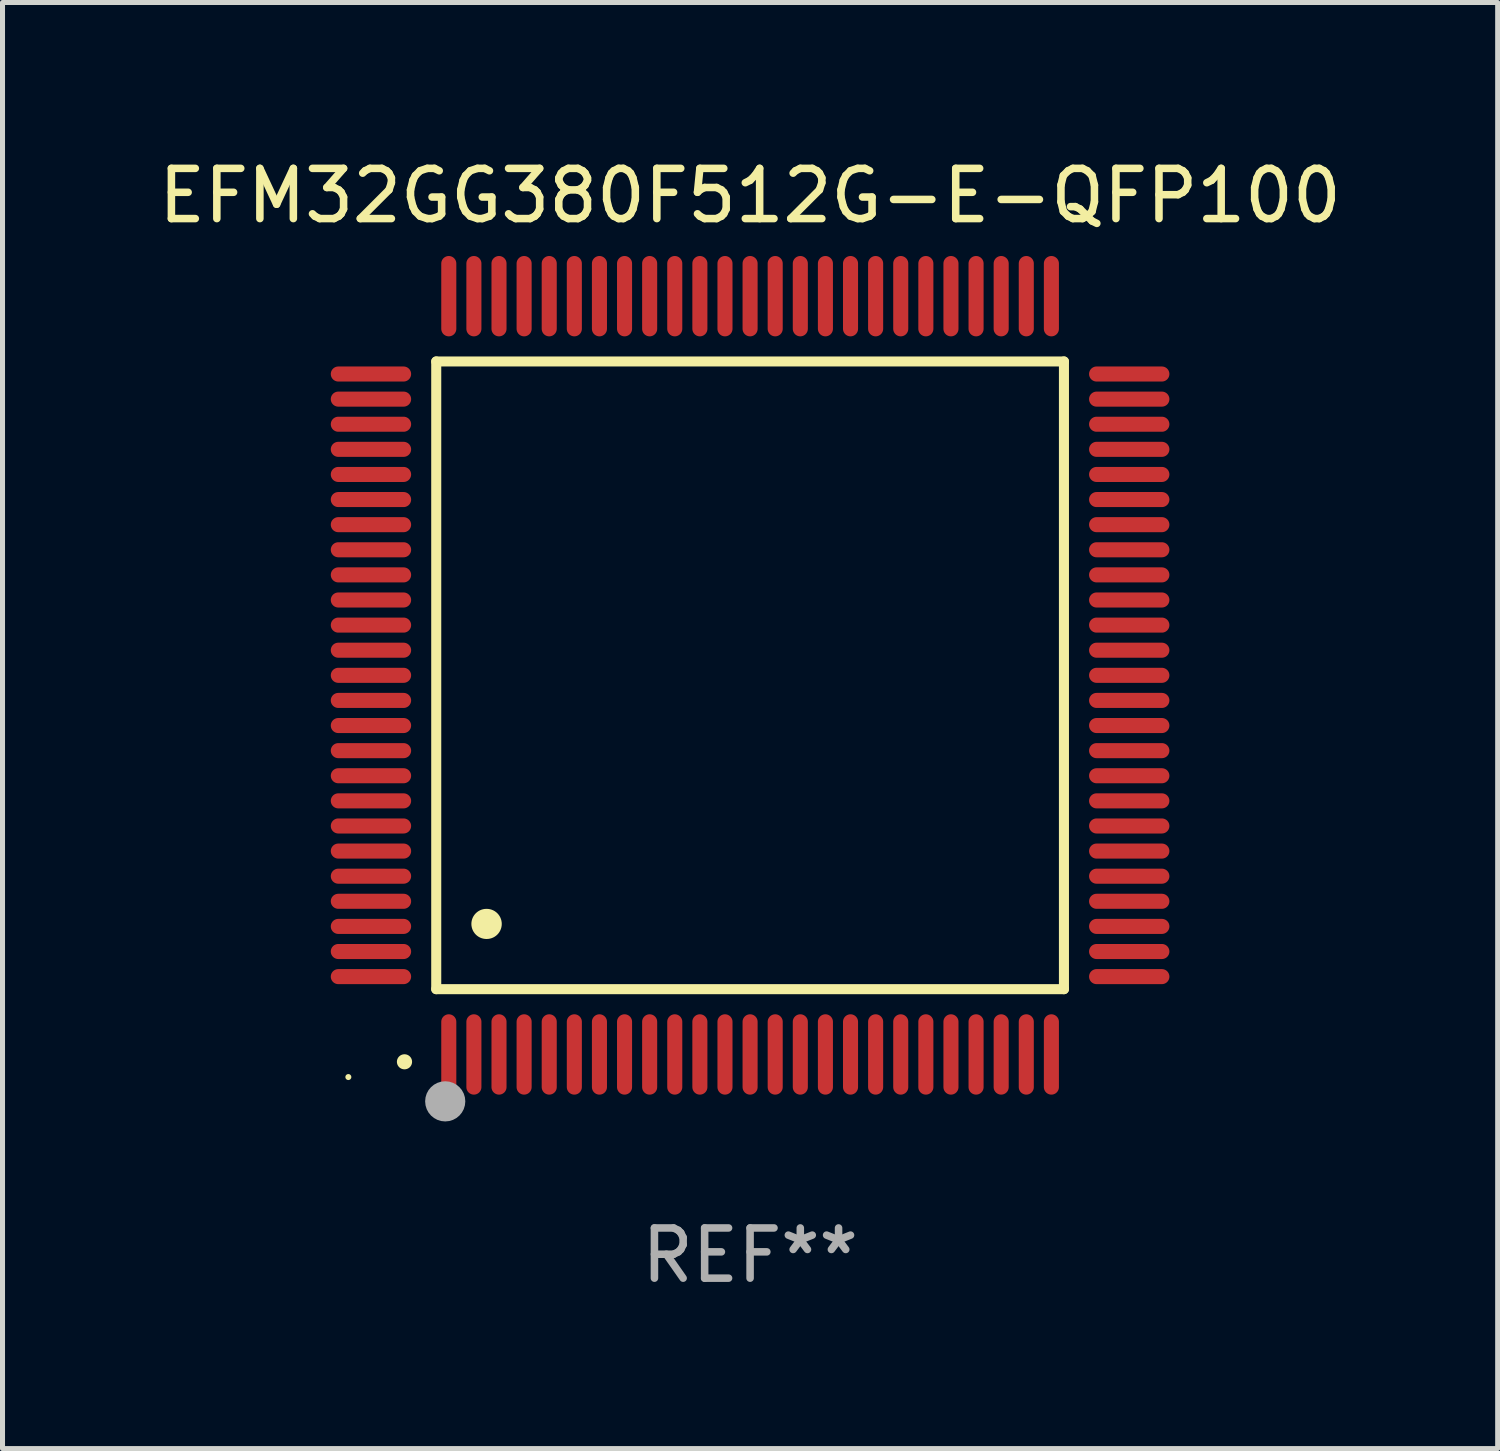
<source format=kicad_pcb>
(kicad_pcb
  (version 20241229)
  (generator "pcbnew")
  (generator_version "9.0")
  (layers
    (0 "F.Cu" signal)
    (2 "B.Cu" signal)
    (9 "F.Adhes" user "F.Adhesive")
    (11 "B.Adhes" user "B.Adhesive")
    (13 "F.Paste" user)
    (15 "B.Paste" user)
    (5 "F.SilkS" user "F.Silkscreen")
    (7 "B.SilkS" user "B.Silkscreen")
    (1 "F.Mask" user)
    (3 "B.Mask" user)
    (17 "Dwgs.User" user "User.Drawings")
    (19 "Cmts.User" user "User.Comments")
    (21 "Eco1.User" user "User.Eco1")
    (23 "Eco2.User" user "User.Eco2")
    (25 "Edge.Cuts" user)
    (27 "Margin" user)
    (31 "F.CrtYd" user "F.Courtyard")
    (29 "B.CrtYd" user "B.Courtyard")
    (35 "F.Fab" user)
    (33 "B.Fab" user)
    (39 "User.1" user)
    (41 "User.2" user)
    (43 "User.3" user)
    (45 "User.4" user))
  (footprint "EFM32GG380F512G-E-QFP100"
    (layer "F.Cu")
    (at 11.887 10.398)
    (property "Reference" "EFM32GG380F512G-E-QFP100" (at 0 -9.55 0) (layer "F.SilkS") (effects (font (size 1 1) (thickness 0.15))))
    (attr through_hole)
    (fp_line (start -6.25 -6.25) (end -6.25 6.25) (stroke (width 0.2) (type solid)) (layer "F.SilkS"))
    (fp_line (start -6.25 6.25) (end 6.25 6.25) (stroke (width 0.2) (type solid)) (layer "F.SilkS"))
    (fp_line (start 6.25 -6.25) (end -6.25 -6.25) (stroke (width 0.2) (type solid)) (layer "F.SilkS"))
    (fp_line (start 6.25 6.25) (end 6.25 -6.25) (stroke (width 0.2) (type solid)) (layer "F.SilkS"))
    (fp_arc (start -6.883414 7.696215) (mid -6.882144 7.69621) (end -6.880874 7.696215) (stroke (width 0.3) (type solid)) (layer "F.SilkS"))
    (fp_arc (start -5.250191 4.95047) (mid -5.247651 4.950459) (end -5.245111 4.95047) (stroke (width 0.6) (type solid)) (layer "F.SilkS"))
    (fp_circle (center -8 8) (end -7.97 8) (stroke (width 0.06) (type solid)) (fill no) (layer "F.SilkS"))
    (fp_circle (center -6.071 8.484) (end -5.871 8.484) (stroke (width 0.4) (type solid)) (fill no) (layer "F.Fab"))
    (fp_text user "REF**" (at 0 11.55 0) (layer "F.Fab") (effects (font (size 1 1) (thickness 0.15))))
    (pad "1" smd oval (at -6 7.55) (size 0.3 1.6) (layers "F.Cu" "F.Mask" "F.Paste"))
    (pad "2" smd oval (at -5.5 7.55) (size 0.3 1.6) (layers "F.Cu" "F.Mask" "F.Paste"))
    (pad "3" smd oval (at -5 7.55) (size 0.3 1.6) (layers "F.Cu" "F.Mask" "F.Paste"))
    (pad "4" smd oval (at -4.5 7.55) (size 0.3 1.6) (layers "F.Cu" "F.Mask" "F.Paste"))
    (pad "5" smd oval (at -4 7.55) (size 0.3 1.6) (layers "F.Cu" "F.Mask" "F.Paste"))
    (pad "6" smd oval (at -3.5 7.55) (size 0.3 1.6) (layers "F.Cu" "F.Mask" "F.Paste"))
    (pad "7" smd oval (at -3 7.55) (size 0.3 1.6) (layers "F.Cu" "F.Mask" "F.Paste"))
    (pad "8" smd oval (at -2.5 7.55) (size 0.3 1.6) (layers "F.Cu" "F.Mask" "F.Paste"))
    (pad "9" smd oval (at -2 7.55) (size 0.3 1.6) (layers "F.Cu" "F.Mask" "F.Paste"))
    (pad "10" smd oval (at -1.5 7.55) (size 0.3 1.6) (layers "F.Cu" "F.Mask" "F.Paste"))
    (pad "11" smd oval (at -1 7.55) (size 0.3 1.6) (layers "F.Cu" "F.Mask" "F.Paste"))
    (pad "12" smd oval (at -0.5 7.55) (size 0.3 1.6) (layers "F.Cu" "F.Mask" "F.Paste"))
    (pad "13" smd oval (at 0 7.55) (size 0.3 1.6) (layers "F.Cu" "F.Mask" "F.Paste"))
    (pad "14" smd oval (at 0.5 7.55) (size 0.3 1.6) (layers "F.Cu" "F.Mask" "F.Paste"))
    (pad "15" smd oval (at 1 7.55) (size 0.3 1.6) (layers "F.Cu" "F.Mask" "F.Paste"))
    (pad "16" smd oval (at 1.5 7.55) (size 0.3 1.6) (layers "F.Cu" "F.Mask" "F.Paste"))
    (pad "17" smd oval (at 2 7.55) (size 0.3 1.6) (layers "F.Cu" "F.Mask" "F.Paste"))
    (pad "18" smd oval (at 2.5 7.55) (size 0.3 1.6) (layers "F.Cu" "F.Mask" "F.Paste"))
    (pad "19" smd oval (at 3 7.55) (size 0.3 1.6) (layers "F.Cu" "F.Mask" "F.Paste"))
    (pad "20" smd oval (at 3.5 7.55) (size 0.3 1.6) (layers "F.Cu" "F.Mask" "F.Paste"))
    (pad "21" smd oval (at 4 7.55) (size 0.3 1.6) (layers "F.Cu" "F.Mask" "F.Paste"))
    (pad "22" smd oval (at 4.5 7.55) (size 0.3 1.6) (layers "F.Cu" "F.Mask" "F.Paste"))
    (pad "23" smd oval (at 5 7.55) (size 0.3 1.6) (layers "F.Cu" "F.Mask" "F.Paste"))
    (pad "24" smd oval (at 5.5 7.55) (size 0.3 1.6) (layers "F.Cu" "F.Mask" "F.Paste"))
    (pad "25" smd oval (at 6 7.55) (size 0.3 1.6) (layers "F.Cu" "F.Mask" "F.Paste"))
    (pad "26" smd oval (at 7.55 6) (size 1.6 0.3) (layers "F.Cu" "F.Mask" "F.Paste"))
    (pad "27" smd oval (at 7.55 5.5) (size 1.6 0.3) (layers "F.Cu" "F.Mask" "F.Paste"))
    (pad "28" smd oval (at 7.55 5) (size 1.6 0.3) (layers "F.Cu" "F.Mask" "F.Paste"))
    (pad "29" smd oval (at 7.55 4.5) (size 1.6 0.3) (layers "F.Cu" "F.Mask" "F.Paste"))
    (pad "30" smd oval (at 7.55 4) (size 1.6 0.3) (layers "F.Cu" "F.Mask" "F.Paste"))
    (pad "31" smd oval (at 7.55 3.5) (size 1.6 0.3) (layers "F.Cu" "F.Mask" "F.Paste"))
    (pad "32" smd oval (at 7.55 3) (size 1.6 0.3) (layers "F.Cu" "F.Mask" "F.Paste"))
    (pad "33" smd oval (at 7.55 2.5) (size 1.6 0.3) (layers "F.Cu" "F.Mask" "F.Paste"))
    (pad "34" smd oval (at 7.55 2) (size 1.6 0.3) (layers "F.Cu" "F.Mask" "F.Paste"))
    (pad "35" smd oval (at 7.55 1.5) (size 1.6 0.3) (layers "F.Cu" "F.Mask" "F.Paste"))
    (pad "36" smd oval (at 7.55 1) (size 1.6 0.3) (layers "F.Cu" "F.Mask" "F.Paste"))
    (pad "37" smd oval (at 7.55 0.5) (size 1.6 0.3) (layers "F.Cu" "F.Mask" "F.Paste"))
    (pad "38" smd oval (at 7.55 0) (size 1.6 0.3) (layers "F.Cu" "F.Mask" "F.Paste"))
    (pad "39" smd oval (at 7.55 -0.5) (size 1.6 0.3) (layers "F.Cu" "F.Mask" "F.Paste"))
    (pad "40" smd oval (at 7.55 -1) (size 1.6 0.3) (layers "F.Cu" "F.Mask" "F.Paste"))
    (pad "41" smd oval (at 7.55 -1.5) (size 1.6 0.3) (layers "F.Cu" "F.Mask" "F.Paste"))
    (pad "42" smd oval (at 7.55 -2) (size 1.6 0.3) (layers "F.Cu" "F.Mask" "F.Paste"))
    (pad "43" smd oval (at 7.55 -2.5) (size 1.6 0.3) (layers "F.Cu" "F.Mask" "F.Paste"))
    (pad "44" smd oval (at 7.55 -3) (size 1.6 0.3) (layers "F.Cu" "F.Mask" "F.Paste"))
    (pad "45" smd oval (at 7.55 -3.5) (size 1.6 0.3) (layers "F.Cu" "F.Mask" "F.Paste"))
    (pad "46" smd oval (at 7.55 -4) (size 1.6 0.3) (layers "F.Cu" "F.Mask" "F.Paste"))
    (pad "47" smd oval (at 7.55 -4.5) (size 1.6 0.3) (layers "F.Cu" "F.Mask" "F.Paste"))
    (pad "48" smd oval (at 7.55 -5) (size 1.6 0.3) (layers "F.Cu" "F.Mask" "F.Paste"))
    (pad "49" smd oval (at 7.55 -5.5) (size 1.6 0.3) (layers "F.Cu" "F.Mask" "F.Paste"))
    (pad "50" smd oval (at 7.55 -6) (size 1.6 0.3) (layers "F.Cu" "F.Mask" "F.Paste"))
    (pad "51" smd oval (at 6 -7.55) (size 0.3 1.6) (layers "F.Cu" "F.Mask" "F.Paste"))
    (pad "52" smd oval (at 5.5 -7.55) (size 0.3 1.6) (layers "F.Cu" "F.Mask" "F.Paste"))
    (pad "53" smd oval (at 5 -7.55) (size 0.3 1.6) (layers "F.Cu" "F.Mask" "F.Paste"))
    (pad "54" smd oval (at 4.5 -7.55) (size 0.3 1.6) (layers "F.Cu" "F.Mask" "F.Paste"))
    (pad "55" smd oval (at 4 -7.55) (size 0.3 1.6) (layers "F.Cu" "F.Mask" "F.Paste"))
    (pad "56" smd oval (at 3.5 -7.55) (size 0.3 1.6) (layers "F.Cu" "F.Mask" "F.Paste"))
    (pad "57" smd oval (at 3 -7.55) (size 0.3 1.6) (layers "F.Cu" "F.Mask" "F.Paste"))
    (pad "58" smd oval (at 2.5 -7.55) (size 0.3 1.6) (layers "F.Cu" "F.Mask" "F.Paste"))
    (pad "59" smd oval (at 2 -7.55) (size 0.3 1.6) (layers "F.Cu" "F.Mask" "F.Paste"))
    (pad "60" smd oval (at 1.5 -7.55) (size 0.3 1.6) (layers "F.Cu" "F.Mask" "F.Paste"))
    (pad "61" smd oval (at 1 -7.55) (size 0.3 1.6) (layers "F.Cu" "F.Mask" "F.Paste"))
    (pad "62" smd oval (at 0.5 -7.55) (size 0.3 1.6) (layers "F.Cu" "F.Mask" "F.Paste"))
    (pad "63" smd oval (at 0 -7.55) (size 0.3 1.6) (layers "F.Cu" "F.Mask" "F.Paste"))
    (pad "64" smd oval (at -0.5 -7.55) (size 0.3 1.6) (layers "F.Cu" "F.Mask" "F.Paste"))
    (pad "65" smd oval (at -1 -7.55) (size 0.3 1.6) (layers "F.Cu" "F.Mask" "F.Paste"))
    (pad "66" smd oval (at -1.5 -7.55) (size 0.3 1.6) (layers "F.Cu" "F.Mask" "F.Paste"))
    (pad "67" smd oval (at -2 -7.55) (size 0.3 1.6) (layers "F.Cu" "F.Mask" "F.Paste"))
    (pad "68" smd oval (at -2.5 -7.55) (size 0.3 1.6) (layers "F.Cu" "F.Mask" "F.Paste"))
    (pad "69" smd oval (at -3 -7.55) (size 0.3 1.6) (layers "F.Cu" "F.Mask" "F.Paste"))
    (pad "70" smd oval (at -3.5 -7.55) (size 0.3 1.6) (layers "F.Cu" "F.Mask" "F.Paste"))
    (pad "71" smd oval (at -4 -7.55) (size 0.3 1.6) (layers "F.Cu" "F.Mask" "F.Paste"))
    (pad "72" smd oval (at -4.5 -7.55) (size 0.3 1.6) (layers "F.Cu" "F.Mask" "F.Paste"))
    (pad "73" smd oval (at -5 -7.55) (size 0.3 1.6) (layers "F.Cu" "F.Mask" "F.Paste"))
    (pad "74" smd oval (at -5.5 -7.55) (size 0.3 1.6) (layers "F.Cu" "F.Mask" "F.Paste"))
    (pad "75" smd oval (at -6 -7.55) (size 0.3 1.6) (layers "F.Cu" "F.Mask" "F.Paste"))
    (pad "76" smd oval (at -7.55 -6) (size 1.6 0.3) (layers "F.Cu" "F.Mask" "F.Paste"))
    (pad "77" smd oval (at -7.55 -5.5) (size 1.6 0.3) (layers "F.Cu" "F.Mask" "F.Paste"))
    (pad "78" smd oval (at -7.55 -5) (size 1.6 0.3) (layers "F.Cu" "F.Mask" "F.Paste"))
    (pad "79" smd oval (at -7.55 -4.5) (size 1.6 0.3) (layers "F.Cu" "F.Mask" "F.Paste"))
    (pad "80" smd oval (at -7.55 -4) (size 1.6 0.3) (layers "F.Cu" "F.Mask" "F.Paste"))
    (pad "81" smd oval (at -7.55 -3.5) (size 1.6 0.3) (layers "F.Cu" "F.Mask" "F.Paste"))
    (pad "82" smd oval (at -7.55 -3) (size 1.6 0.3) (layers "F.Cu" "F.Mask" "F.Paste"))
    (pad "83" smd oval (at -7.55 -2.5) (size 1.6 0.3) (layers "F.Cu" "F.Mask" "F.Paste"))
    (pad "84" smd oval (at -7.55 -2) (size 1.6 0.3) (layers "F.Cu" "F.Mask" "F.Paste"))
    (pad "85" smd oval (at -7.55 -1.5) (size 1.6 0.3) (layers "F.Cu" "F.Mask" "F.Paste"))
    (pad "86" smd oval (at -7.55 -1) (size 1.6 0.3) (layers "F.Cu" "F.Mask" "F.Paste"))
    (pad "87" smd oval (at -7.55 -0.5) (size 1.6 0.3) (layers "F.Cu" "F.Mask" "F.Paste"))
    (pad "88" smd oval (at -7.55 0) (size 1.6 0.3) (layers "F.Cu" "F.Mask" "F.Paste"))
    (pad "89" smd oval (at -7.55 0.5) (size 1.6 0.3) (layers "F.Cu" "F.Mask" "F.Paste"))
    (pad "90" smd oval (at -7.55 1) (size 1.6 0.3) (layers "F.Cu" "F.Mask" "F.Paste"))
    (pad "91" smd oval (at -7.55 1.5) (size 1.6 0.3) (layers "F.Cu" "F.Mask" "F.Paste"))
    (pad "92" smd oval (at -7.55 2) (size 1.6 0.3) (layers "F.Cu" "F.Mask" "F.Paste"))
    (pad "93" smd oval (at -7.55 2.5) (size 1.6 0.3) (layers "F.Cu" "F.Mask" "F.Paste"))
    (pad "94" smd oval (at -7.55 3) (size 1.6 0.3) (layers "F.Cu" "F.Mask" "F.Paste"))
    (pad "95" smd oval (at -7.55 3.5) (size 1.6 0.3) (layers "F.Cu" "F.Mask" "F.Paste"))
    (pad "96" smd oval (at -7.55 4) (size 1.6 0.3) (layers "F.Cu" "F.Mask" "F.Paste"))
    (pad "97" smd oval (at -7.55 4.5) (size 1.6 0.3) (layers "F.Cu" "F.Mask" "F.Paste"))
    (pad "98" smd oval (at -7.55 5) (size 1.6 0.3) (layers "F.Cu" "F.Mask" "F.Paste"))
    (pad "99" smd oval (at -7.55 5.5) (size 1.6 0.3) (layers "F.Cu" "F.Mask" "F.Paste"))
    (pad "100" smd oval (at -7.55 6) (size 1.6 0.3) (layers "F.Cu" "F.Mask" "F.Paste")))
  (gr_rect
    (start -3 -3)
    (end 26.774 25.796)
    (stroke (width 0.1) (type default))
    (fill no)
    (layer "Edge.Cuts")))
</source>
